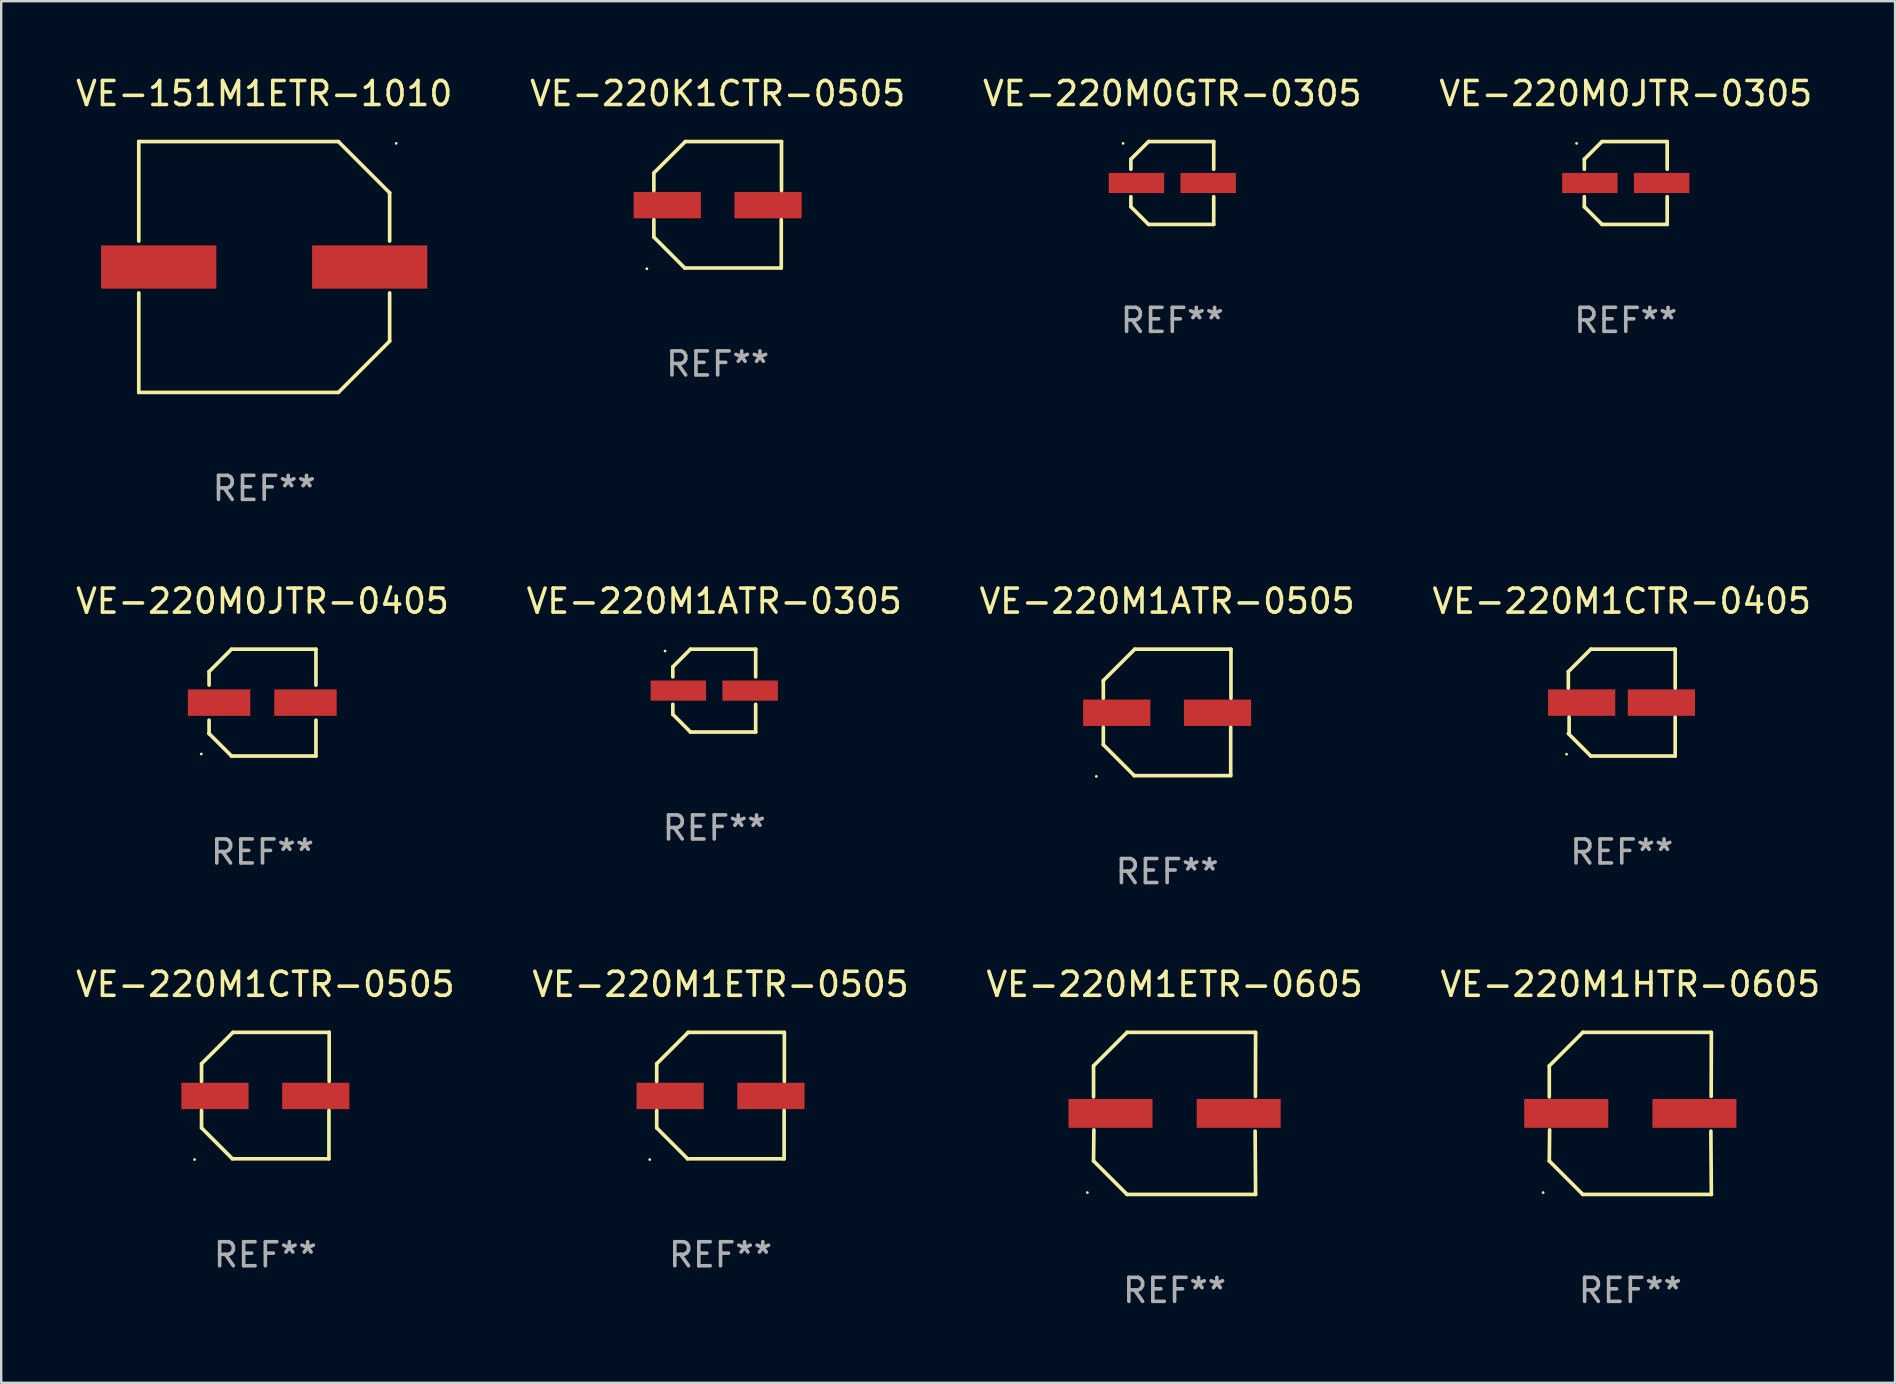
<source format=kicad_pcb>
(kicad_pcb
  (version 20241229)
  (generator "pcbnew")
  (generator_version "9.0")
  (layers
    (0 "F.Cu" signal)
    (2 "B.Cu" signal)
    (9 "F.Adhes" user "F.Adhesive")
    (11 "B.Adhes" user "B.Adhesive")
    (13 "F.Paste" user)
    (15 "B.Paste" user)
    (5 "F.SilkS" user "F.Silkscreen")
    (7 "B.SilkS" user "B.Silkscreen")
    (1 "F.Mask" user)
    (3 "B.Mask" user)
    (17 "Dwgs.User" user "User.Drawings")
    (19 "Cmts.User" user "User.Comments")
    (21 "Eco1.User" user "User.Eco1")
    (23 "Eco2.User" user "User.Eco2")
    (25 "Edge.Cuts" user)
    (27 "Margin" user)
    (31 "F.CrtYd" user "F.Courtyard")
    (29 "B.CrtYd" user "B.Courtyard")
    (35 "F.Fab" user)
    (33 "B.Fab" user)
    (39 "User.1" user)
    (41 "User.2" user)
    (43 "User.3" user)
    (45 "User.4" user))
  (footprint "VE-220M1ETR-0505"
    (layer "F.Cu")
    (at 26.97 42.596)
    (property "Reference" "VE-220M1ETR-0505" (at 0 -4.634 0) (layer "F.SilkS") (effects (font (size 1 1) (thickness 0.15))))
    (attr through_hole)
    (fp_line (start -2.659 -1.326) (end -2.659 -0.592) (stroke (width 0.152) (type solid)) (layer "F.SilkS"))
    (fp_line (start -2.659 1.346) (end -2.659 0.622) (stroke (width 0.152) (type solid)) (layer "F.SilkS"))
    (fp_line (start -1.372 2.634) (end -2.659 1.346) (stroke (width 0.152) (type solid)) (layer "F.SilkS"))
    (fp_line (start -1.349 -2.634) (end -2.659 -1.326) (stroke (width 0.152) (type solid)) (layer "F.SilkS"))
    (fp_line (start 2.649 0.622) (end 2.649 2.634) (stroke (width 0.152) (type solid)) (layer "F.SilkS"))
    (fp_line (start 2.649 2.634) (end -1.372 2.634) (stroke (width 0.152) (type solid)) (layer "F.SilkS"))
    (fp_line (start 2.659 -2.634) (end -1.349 -2.634) (stroke (width 0.152) (type solid)) (layer "F.SilkS"))
    (fp_line (start 2.659 -0.592) (end 2.659 -2.634) (stroke (width 0.152) (type solid)) (layer "F.SilkS"))
    (fp_circle (center -2.95 2.665) (end -2.92 2.665) (stroke (width 0.06) (type solid)) (fill no) (layer "F.SilkS"))
    (fp_text user "REF**" (at 0 6.634 0) (layer "F.Fab") (effects (font (size 1 1) (thickness 0.15))))
    (pad "1" smd rect (at -2.1 0.015) (size 2.8 1.1) (layers "F.Cu" "F.Mask" "F.Paste"))
    (pad "2" smd rect (at 2.1 0.015) (size 2.8 1.1) (layers "F.Cu" "F.Mask" "F.Paste")))
  (footprint "VE-220M1ATR-0305"
    (layer "F.Cu")
    (at 26.708 25.723)
    (property "Reference" "VE-220M1ATR-0305" (at 0 -3.726 0) (layer "F.SilkS") (effects (font (size 1 1) (thickness 0.15))))
    (attr through_hole)
    (fp_line (start -1.726 -0.99) (end -1.726 -0.572) (stroke (width 0.152) (type solid)) (layer "F.SilkS"))
    (fp_line (start -1.726 0.99) (end -1.726 0.572) (stroke (width 0.152) (type solid)) (layer "F.SilkS"))
    (fp_line (start -0.99 -1.726) (end -1.726 -0.99) (stroke (width 0.152) (type solid)) (layer "F.SilkS"))
    (fp_line (start -0.99 1.726) (end -1.726 0.99) (stroke (width 0.152) (type solid)) (layer "F.SilkS"))
    (fp_line (start 1.726 -1.726) (end -0.99 -1.726) (stroke (width 0.152) (type solid)) (layer "F.SilkS"))
    (fp_line (start 1.726 -0.572) (end 1.726 -1.726) (stroke (width 0.152) (type solid)) (layer "F.SilkS"))
    (fp_line (start 1.726 0.572) (end 1.726 1.726) (stroke (width 0.152) (type solid)) (layer "F.SilkS"))
    (fp_line (start 1.726 1.726) (end -0.99 1.726) (stroke (width 0.152) (type solid)) (layer "F.SilkS"))
    (fp_circle (center -2.05 -1.65) (end -2.02 -1.65) (stroke (width 0.06) (type solid)) (fill no) (layer "F.SilkS"))
    (fp_text user "REF**" (at 0 5.726 0) (layer "F.Fab") (effects (font (size 1 1) (thickness 0.15))))
    (pad "1" smd rect (at -1.495 0) (size 2.31 0.84) (layers "F.Cu" "F.Mask" "F.Paste"))
    (pad "2" smd rect (at 1.495 0) (size 2.31 0.84) (layers "F.Cu" "F.Mask" "F.Paste")))
  (footprint "VE-220M1CTR-0405"
    (layer "F.Cu")
    (at 64.518 26.223)
    (property "Reference" "VE-220M1CTR-0405" (at 0 -4.226 0) (layer "F.SilkS") (effects (font (size 1 1) (thickness 0.15))))
    (attr through_hole)
    (fp_line (start -2.226 -1.29) (end -2.226 -0.607) (stroke (width 0.152) (type solid)) (layer "F.SilkS"))
    (fp_line (start -2.193 1.29) (end -2.193 0.607) (stroke (width 0.152) (type solid)) (layer "F.SilkS"))
    (fp_line (start -1.29 2.226) (end -2.226 1.29) (stroke (width 0.152) (type solid)) (layer "F.SilkS"))
    (fp_line (start -1.29 -2.226) (end -2.226 -1.29) (stroke (width 0.152) (type solid)) (layer "F.SilkS"))
    (fp_line (start 2.226 -2.226) (end -1.29 -2.226) (stroke (width 0.152) (type solid)) (layer "F.SilkS"))
    (fp_line (start 2.226 -0.607) (end 2.226 -2.226) (stroke (width 0.152) (type solid)) (layer "F.SilkS"))
    (fp_line (start 2.226 0.607) (end 2.226 2.226) (stroke (width 0.152) (type solid)) (layer "F.SilkS"))
    (fp_line (start 2.226 2.226) (end -1.29 2.226) (stroke (width 0.152) (type solid)) (layer "F.SilkS"))
    (fp_circle (center -2.3 2.15) (end -2.27 2.15) (stroke (width 0.06) (type solid)) (fill no) (layer "F.SilkS"))
    (fp_text user "REF**" (at 0 6.226 0) (layer "F.Fab") (effects (font (size 1 1) (thickness 0.15))))
    (pad "1" smd rect (at -1.67 -0.000025) (size 2.8 1.1) (layers "F.Cu" "F.Mask" "F.Paste"))
    (pad "2" smd rect (at 1.651 -0.000025) (size 2.8 1.1) (layers "F.Cu" "F.Mask" "F.Paste")))
  (footprint "VE-220M1HTR-0605"
    (layer "F.Cu")
    (at 64.875 43.338)
    (property "Reference" "VE-220M1HTR-0605" (at 0 -5.376 0) (layer "F.SilkS") (effects (font (size 1 1) (thickness 0.15))))
    (attr through_hole)
    (fp_line (start -3.376 -1.98) (end -3.376 -0.686) (stroke (width 0.152) (type solid)) (layer "F.SilkS"))
    (fp_line (start -3.376 1.981) (end -3.362 0.686) (stroke (width 0.152) (type solid)) (layer "F.SilkS"))
    (fp_line (start -1.981 3.376) (end -3.376 1.981) (stroke (width 0.152) (type solid)) (layer "F.SilkS"))
    (fp_line (start -1.98 -3.376) (end -3.376 -1.98) (stroke (width 0.152) (type solid)) (layer "F.SilkS"))
    (fp_line (start 3.356 0.74) (end 3.376 3.376) (stroke (width 0.152) (type solid)) (layer "F.SilkS"))
    (fp_line (start 3.369 -0.707) (end 3.376 -3.376) (stroke (width 0.152) (type solid)) (layer "F.SilkS"))
    (fp_line (start 3.376 3.376) (end -1.981 3.376) (stroke (width 0.152) (type solid)) (layer "F.SilkS"))
    (fp_line (start 3.376 -3.376) (end -1.98 -3.376) (stroke (width 0.152) (type solid)) (layer "F.SilkS"))
    (fp_circle (center -3.634 3.3) (end -3.604 3.3) (stroke (width 0.06) (type solid)) (fill no) (layer "F.SilkS"))
    (fp_text user "REF**" (at 0 7.376 0) (layer "F.Fab") (effects (font (size 1 1) (thickness 0.15))))
    (pad "1" smd rect (at -2.67 0.000254) (size 3.5 1.2) (layers "F.Cu" "F.Mask" "F.Paste"))
    (pad "2" smd rect (at 2.67 0.000254) (size 3.5 1.2) (layers "F.Cu" "F.Mask" "F.Paste")))
  (footprint "VE-220K1CTR-0505"
    (layer "F.Cu")
    (at 26.851 5.482)
    (property "Reference" "VE-220K1CTR-0505" (at 0 -4.634 0) (layer "F.SilkS") (effects (font (size 1 1) (thickness 0.15))))
    (attr through_hole)
    (fp_line (start -2.659 -1.326) (end -2.659 -0.592) (stroke (width 0.152) (type solid)) (layer "F.SilkS"))
    (fp_line (start -2.659 1.346) (end -2.659 0.622) (stroke (width 0.152) (type solid)) (layer "F.SilkS"))
    (fp_line (start -1.372 2.634) (end -2.659 1.346) (stroke (width 0.152) (type solid)) (layer "F.SilkS"))
    (fp_line (start -1.349 -2.634) (end -2.659 -1.326) (stroke (width 0.152) (type solid)) (layer "F.SilkS"))
    (fp_line (start 2.649 0.622) (end 2.649 2.634) (stroke (width 0.152) (type solid)) (layer "F.SilkS"))
    (fp_line (start 2.649 2.634) (end -1.372 2.634) (stroke (width 0.152) (type solid)) (layer "F.SilkS"))
    (fp_line (start 2.659 -2.634) (end -1.349 -2.634) (stroke (width 0.152) (type solid)) (layer "F.SilkS"))
    (fp_line (start 2.659 -0.592) (end 2.659 -2.634) (stroke (width 0.152) (type solid)) (layer "F.SilkS"))
    (fp_circle (center -2.95 2.665) (end -2.92 2.665) (stroke (width 0.06) (type solid)) (fill no) (layer "F.SilkS"))
    (fp_text user "REF**" (at 0 6.634 0) (layer "F.Fab") (effects (font (size 1 1) (thickness 0.15))))
    (pad "1" smd rect (at -2.1 0.015) (size 2.8 1.1) (layers "F.Cu" "F.Mask" "F.Paste"))
    (pad "2" smd rect (at 2.1 0.015) (size 2.8 1.1) (layers "F.Cu" "F.Mask" "F.Paste")))
  (footprint "VE-220M1ETR-0605"
    (layer "F.Cu")
    (at 45.887 43.338)
    (property "Reference" "VE-220M1ETR-0605" (at 0 -5.376 0) (layer "F.SilkS") (effects (font (size 1 1) (thickness 0.15))))
    (attr through_hole)
    (fp_line (start -3.376 -1.98) (end -3.376 -0.686) (stroke (width 0.152) (type solid)) (layer "F.SilkS"))
    (fp_line (start -3.376 1.981) (end -3.362 0.686) (stroke (width 0.152) (type solid)) (layer "F.SilkS"))
    (fp_line (start -1.981 3.376) (end -3.376 1.981) (stroke (width 0.152) (type solid)) (layer "F.SilkS"))
    (fp_line (start -1.98 -3.376) (end -3.376 -1.98) (stroke (width 0.152) (type solid)) (layer "F.SilkS"))
    (fp_line (start 3.356 0.74) (end 3.376 3.376) (stroke (width 0.152) (type solid)) (layer "F.SilkS"))
    (fp_line (start 3.369 -0.707) (end 3.376 -3.376) (stroke (width 0.152) (type solid)) (layer "F.SilkS"))
    (fp_line (start 3.376 3.376) (end -1.981 3.376) (stroke (width 0.152) (type solid)) (layer "F.SilkS"))
    (fp_line (start 3.376 -3.376) (end -1.98 -3.376) (stroke (width 0.152) (type solid)) (layer "F.SilkS"))
    (fp_circle (center -3.634 3.3) (end -3.604 3.3) (stroke (width 0.06) (type solid)) (fill no) (layer "F.SilkS"))
    (fp_text user "REF**" (at 0 7.376 0) (layer "F.Fab") (effects (font (size 1 1) (thickness 0.15))))
    (pad "1" smd rect (at -2.67 0.000254) (size 3.5 1.2) (layers "F.Cu" "F.Mask" "F.Paste"))
    (pad "2" smd rect (at 2.67 0.000254) (size 3.5 1.2) (layers "F.Cu" "F.Mask" "F.Paste")))
  (footprint "VE-220M0JTR-0305"
    (layer "F.Cu")
    (at 64.685 4.574)
    (property "Reference" "VE-220M0JTR-0305" (at 0 -3.726 0) (layer "F.SilkS") (effects (font (size 1 1) (thickness 0.15))))
    (attr through_hole)
    (fp_line (start -1.726 -0.99) (end -1.726 -0.572) (stroke (width 0.152) (type solid)) (layer "F.SilkS"))
    (fp_line (start -1.726 0.99) (end -1.726 0.572) (stroke (width 0.152) (type solid)) (layer "F.SilkS"))
    (fp_line (start -0.99 -1.726) (end -1.726 -0.99) (stroke (width 0.152) (type solid)) (layer "F.SilkS"))
    (fp_line (start -0.99 1.726) (end -1.726 0.99) (stroke (width 0.152) (type solid)) (layer "F.SilkS"))
    (fp_line (start 1.726 -1.726) (end -0.99 -1.726) (stroke (width 0.152) (type solid)) (layer "F.SilkS"))
    (fp_line (start 1.726 -0.572) (end 1.726 -1.726) (stroke (width 0.152) (type solid)) (layer "F.SilkS"))
    (fp_line (start 1.726 0.572) (end 1.726 1.726) (stroke (width 0.152) (type solid)) (layer "F.SilkS"))
    (fp_line (start 1.726 1.726) (end -0.99 1.726) (stroke (width 0.152) (type solid)) (layer "F.SilkS"))
    (fp_circle (center -2.05 -1.65) (end -2.02 -1.65) (stroke (width 0.06) (type solid)) (fill no) (layer "F.SilkS"))
    (fp_text user "REF**" (at 0 5.726 0) (layer "F.Fab") (effects (font (size 1 1) (thickness 0.15))))
    (pad "1" smd rect (at -1.495 0) (size 2.31 0.84) (layers "F.Cu" "F.Mask" "F.Paste"))
    (pad "2" smd rect (at 1.495 0) (size 2.31 0.84) (layers "F.Cu" "F.Mask" "F.Paste")))
  (footprint "VE-220M0GTR-0305"
    (layer "F.Cu")
    (at 45.792 4.574)
    (property "Reference" "VE-220M0GTR-0305" (at 0 -3.726 0) (layer "F.SilkS") (effects (font (size 1 1) (thickness 0.15))))
    (attr through_hole)
    (fp_line (start -1.726 -0.99) (end -1.726 -0.572) (stroke (width 0.152) (type solid)) (layer "F.SilkS"))
    (fp_line (start -1.726 0.99) (end -1.726 0.572) (stroke (width 0.152) (type solid)) (layer "F.SilkS"))
    (fp_line (start -0.99 -1.726) (end -1.726 -0.99) (stroke (width 0.152) (type solid)) (layer "F.SilkS"))
    (fp_line (start -0.99 1.726) (end -1.726 0.99) (stroke (width 0.152) (type solid)) (layer "F.SilkS"))
    (fp_line (start 1.726 -1.726) (end -0.99 -1.726) (stroke (width 0.152) (type solid)) (layer "F.SilkS"))
    (fp_line (start 1.726 -0.572) (end 1.726 -1.726) (stroke (width 0.152) (type solid)) (layer "F.SilkS"))
    (fp_line (start 1.726 0.572) (end 1.726 1.726) (stroke (width 0.152) (type solid)) (layer "F.SilkS"))
    (fp_line (start 1.726 1.726) (end -0.99 1.726) (stroke (width 0.152) (type solid)) (layer "F.SilkS"))
    (fp_circle (center -2.05 -1.65) (end -2.02 -1.65) (stroke (width 0.06) (type solid)) (fill no) (layer "F.SilkS"))
    (fp_text user "REF**" (at 0 5.726 0) (layer "F.Fab") (effects (font (size 1 1) (thickness 0.15))))
    (pad "1" smd rect (at -1.495 0) (size 2.31 0.84) (layers "F.Cu" "F.Mask" "F.Paste"))
    (pad "2" smd rect (at 1.495 0) (size 2.31 0.84) (layers "F.Cu" "F.Mask" "F.Paste")))
  (footprint "VE-220M1CTR-0505"
    (layer "F.Cu")
    (at 8.006 42.596)
    (property "Reference" "VE-220M1CTR-0505" (at 0 -4.634 0) (layer "F.SilkS") (effects (font (size 1 1) (thickness 0.15))))
    (attr through_hole)
    (fp_line (start -2.659 -1.326) (end -2.659 -0.592) (stroke (width 0.152) (type solid)) (layer "F.SilkS"))
    (fp_line (start -2.659 1.346) (end -2.659 0.622) (stroke (width 0.152) (type solid)) (layer "F.SilkS"))
    (fp_line (start -1.372 2.634) (end -2.659 1.346) (stroke (width 0.152) (type solid)) (layer "F.SilkS"))
    (fp_line (start -1.349 -2.634) (end -2.659 -1.326) (stroke (width 0.152) (type solid)) (layer "F.SilkS"))
    (fp_line (start 2.649 0.622) (end 2.649 2.634) (stroke (width 0.152) (type solid)) (layer "F.SilkS"))
    (fp_line (start 2.649 2.634) (end -1.372 2.634) (stroke (width 0.152) (type solid)) (layer "F.SilkS"))
    (fp_line (start 2.659 -2.634) (end -1.349 -2.634) (stroke (width 0.152) (type solid)) (layer "F.SilkS"))
    (fp_line (start 2.659 -0.592) (end 2.659 -2.634) (stroke (width 0.152) (type solid)) (layer "F.SilkS"))
    (fp_circle (center -2.95 2.665) (end -2.92 2.665) (stroke (width 0.06) (type solid)) (fill no) (layer "F.SilkS"))
    (fp_text user "REF**" (at 0 6.634 0) (layer "F.Fab") (effects (font (size 1 1) (thickness 0.15))))
    (pad "1" smd rect (at -2.1 0.015) (size 2.8 1.1) (layers "F.Cu" "F.Mask" "F.Paste"))
    (pad "2" smd rect (at 2.1 0.015) (size 2.8 1.1) (layers "F.Cu" "F.Mask" "F.Paste")))
  (footprint "VE-220M0JTR-0405"
    (layer "F.Cu")
    (at 7.887 26.223)
    (property "Reference" "VE-220M0JTR-0405" (at 0 -4.226 0) (layer "F.SilkS") (effects (font (size 1 1) (thickness 0.15))))
    (attr through_hole)
    (fp_line (start -2.226 -1.289) (end -2.226 -0.73) (stroke (width 0.152) (type solid)) (layer "F.SilkS"))
    (fp_line (start -2.226 0.731) (end -2.226 1.291) (stroke (width 0.152) (type solid)) (layer "F.SilkS"))
    (fp_line (start -2.226 1.291) (end -2.226 1.291) (stroke (width 0.152) (type solid)) (layer "F.SilkS"))
    (fp_line (start -1.29 -2.226) (end -2.226 -1.289) (stroke (width 0.152) (type solid)) (layer "F.SilkS"))
    (fp_line (start -1.289 2.226) (end -2.226 1.291) (stroke (width 0.152) (type solid)) (layer "F.SilkS"))
    (fp_line (start 2.226 -2.226) (end -1.29 -2.226) (stroke (width 0.152) (type solid)) (layer "F.SilkS"))
    (fp_line (start 2.226 -0.73) (end 2.226 -2.226) (stroke (width 0.152) (type solid)) (layer "F.SilkS"))
    (fp_line (start 2.226 2.226) (end -1.289 2.226) (stroke (width 0.152) (type solid)) (layer "F.SilkS"))
    (fp_line (start 2.226 2.226) (end 2.226 0.731) (stroke (width 0.152) (type solid)) (layer "F.SilkS"))
    (fp_circle (center -2.551 2.142) (end -2.521 2.142) (stroke (width 0.06) (type solid)) (fill no) (layer "F.SilkS"))
    (fp_text user "REF**" (at 0 6.226 0) (layer "F.Fab") (effects (font (size 1 1) (thickness 0.15))))
    (pad "1" smd rect (at -1.81 0.001) (size 2.6 1.1) (layers "F.Cu" "F.Mask" "F.Paste"))
    (pad "2" smd rect (at 1.79 0.001) (size 2.6 1.1) (layers "F.Cu" "F.Mask" "F.Paste")))
  (footprint "VE-220M1ATR-0505"
    (layer "F.Cu")
    (at 45.577 26.631)
    (property "Reference" "VE-220M1ATR-0505" (at 0 -4.634 0) (layer "F.SilkS") (effects (font (size 1 1) (thickness 0.15))))
    (attr through_hole)
    (fp_line (start -2.659 -1.326) (end -2.659 -0.592) (stroke (width 0.152) (type solid)) (layer "F.SilkS"))
    (fp_line (start -2.659 1.346) (end -2.659 0.622) (stroke (width 0.152) (type solid)) (layer "F.SilkS"))
    (fp_line (start -1.372 2.634) (end -2.659 1.346) (stroke (width 0.152) (type solid)) (layer "F.SilkS"))
    (fp_line (start -1.349 -2.634) (end -2.659 -1.326) (stroke (width 0.152) (type solid)) (layer "F.SilkS"))
    (fp_line (start 2.649 0.622) (end 2.649 2.634) (stroke (width 0.152) (type solid)) (layer "F.SilkS"))
    (fp_line (start 2.649 2.634) (end -1.372 2.634) (stroke (width 0.152) (type solid)) (layer "F.SilkS"))
    (fp_line (start 2.659 -2.634) (end -1.349 -2.634) (stroke (width 0.152) (type solid)) (layer "F.SilkS"))
    (fp_line (start 2.659 -0.592) (end 2.659 -2.634) (stroke (width 0.152) (type solid)) (layer "F.SilkS"))
    (fp_circle (center -2.95 2.665) (end -2.92 2.665) (stroke (width 0.06) (type solid)) (fill no) (layer "F.SilkS"))
    (fp_text user "REF**" (at 0 6.634 0) (layer "F.Fab") (effects (font (size 1 1) (thickness 0.15))))
    (pad "1" smd rect (at -2.1 0.015) (size 2.8 1.1) (layers "F.Cu" "F.Mask" "F.Paste"))
    (pad "2" smd rect (at 2.1 0.015) (size 2.8 1.1) (layers "F.Cu" "F.Mask" "F.Paste")))
  (footprint "VE-151M1ETR-1010"
    (layer "F.Cu")
    (at 7.958 8.074)
    (property "Reference" "VE-151M1ETR-1010" (at 0 -7.226 0) (layer "F.SilkS") (effects (font (size 1 1) (thickness 0.15))))
    (attr through_hole)
    (fp_line (start -5.226 -5.226) (end -5.226 -1.08) (stroke (width 0.152) (type solid)) (layer "F.SilkS"))
    (fp_line (start -5.226 -5.226) (end 3.09 -5.226) (stroke (width 0.152) (type solid)) (layer "F.SilkS"))
    (fp_line (start -5.226 1.08) (end -5.226 5.226) (stroke (width 0.152) (type solid)) (layer "F.SilkS"))
    (fp_line (start -5.226 5.226) (end 3.09 5.226) (stroke (width 0.152) (type solid)) (layer "F.SilkS"))
    (fp_line (start 3.09 -5.226) (end 5.226 -3.09) (stroke (width 0.152) (type solid)) (layer "F.SilkS"))
    (fp_line (start 3.09 5.226) (end 5.226 3.09) (stroke (width 0.152) (type solid)) (layer "F.SilkS"))
    (fp_line (start 5.226 -1.08) (end 5.226 -3.09) (stroke (width 0.152) (type solid)) (layer "F.SilkS"))
    (fp_line (start 5.226 3.09) (end 5.226 1.08) (stroke (width 0.152) (type solid)) (layer "F.SilkS"))
    (fp_circle (center 5.5 -5.15) (end 5.53 -5.15) (stroke (width 0.06) (type solid)) (fill no) (layer "F.SilkS"))
    (fp_text user "REF**" (at 0 9.226 0) (layer "F.Fab") (effects (font (size 1 1) (thickness 0.15))))
    (pad "1" smd rect (at 4.395 0 180) (size 4.8 1.8) (layers "F.Cu" "F.Mask" "F.Paste"))
    (pad "2" smd rect (at -4.395 0 180) (size 4.8 1.8) (layers "F.Cu" "F.Mask" "F.Paste")))
  (gr_rect
    (start -3 -3)
    (end 75.905 54.562)
    (stroke (width 0.1) (type default))
    (fill no)
    (layer "Edge.Cuts")))
</source>
